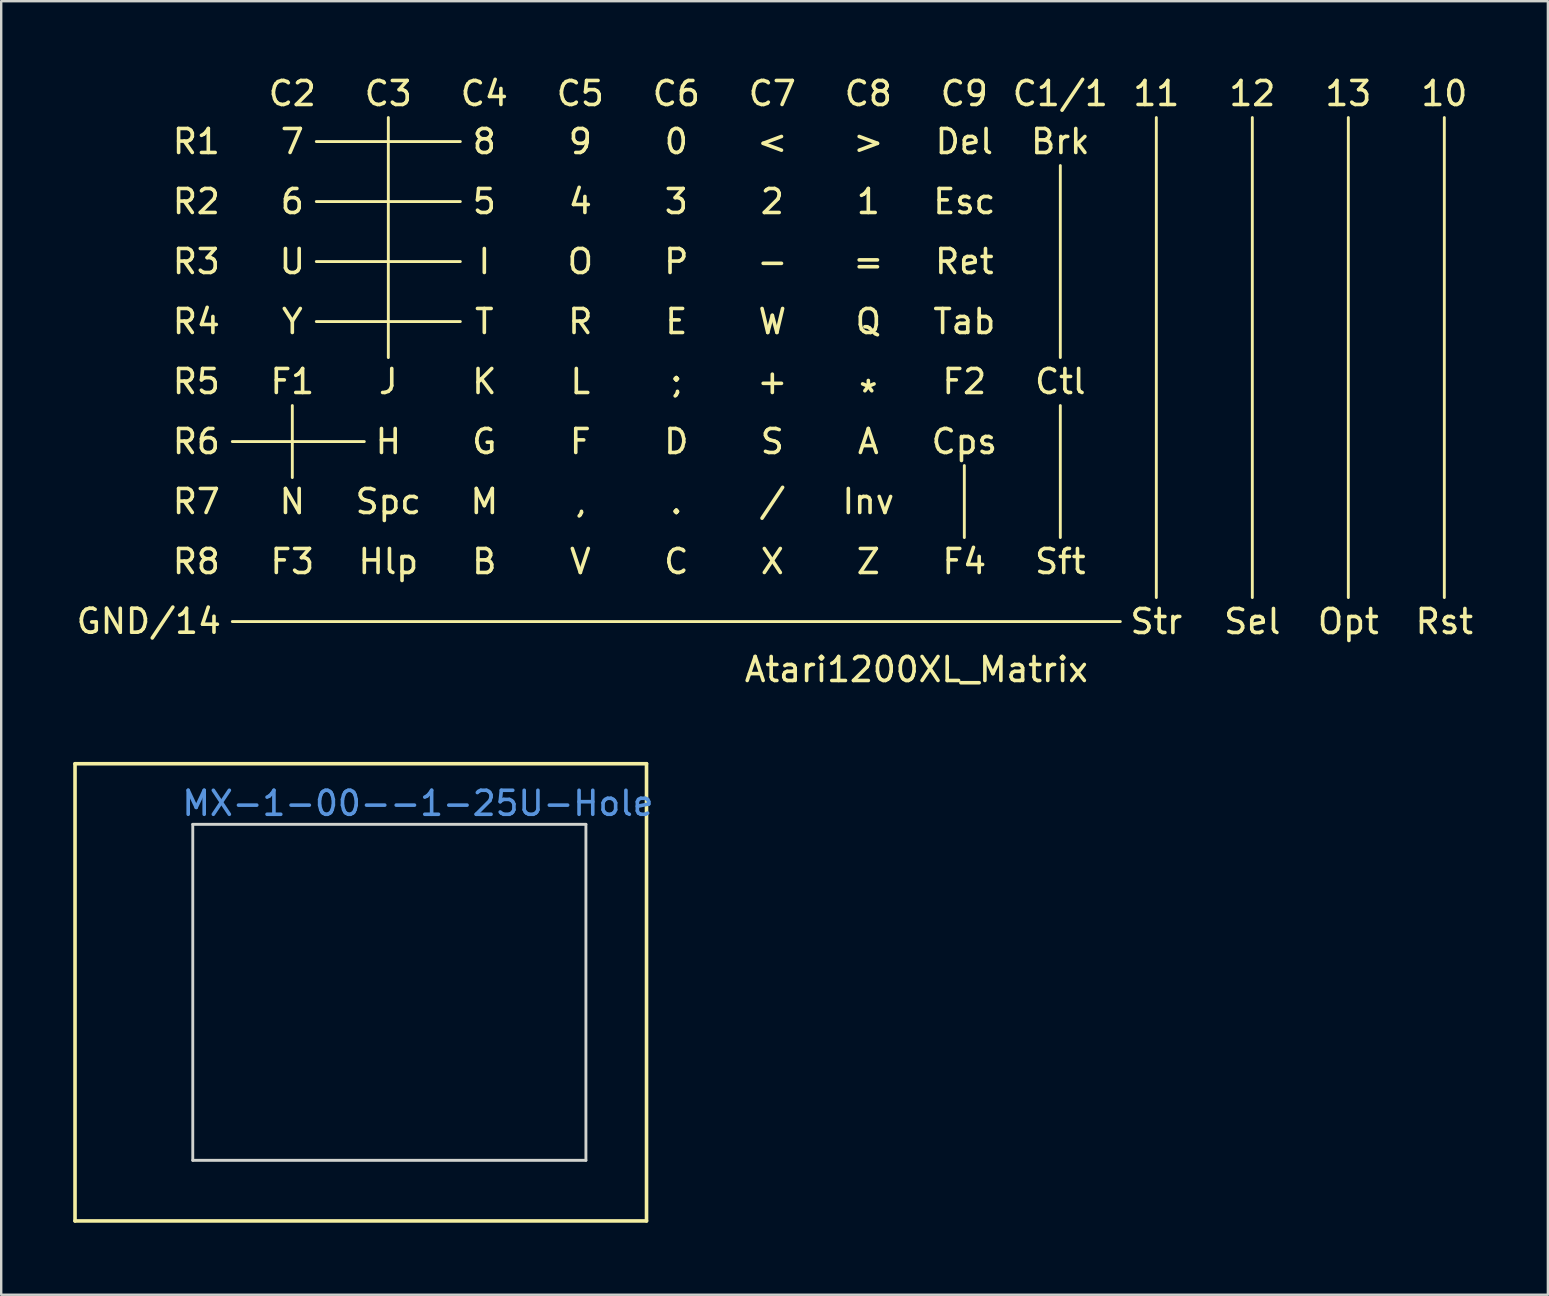
<source format=kicad_pcb>
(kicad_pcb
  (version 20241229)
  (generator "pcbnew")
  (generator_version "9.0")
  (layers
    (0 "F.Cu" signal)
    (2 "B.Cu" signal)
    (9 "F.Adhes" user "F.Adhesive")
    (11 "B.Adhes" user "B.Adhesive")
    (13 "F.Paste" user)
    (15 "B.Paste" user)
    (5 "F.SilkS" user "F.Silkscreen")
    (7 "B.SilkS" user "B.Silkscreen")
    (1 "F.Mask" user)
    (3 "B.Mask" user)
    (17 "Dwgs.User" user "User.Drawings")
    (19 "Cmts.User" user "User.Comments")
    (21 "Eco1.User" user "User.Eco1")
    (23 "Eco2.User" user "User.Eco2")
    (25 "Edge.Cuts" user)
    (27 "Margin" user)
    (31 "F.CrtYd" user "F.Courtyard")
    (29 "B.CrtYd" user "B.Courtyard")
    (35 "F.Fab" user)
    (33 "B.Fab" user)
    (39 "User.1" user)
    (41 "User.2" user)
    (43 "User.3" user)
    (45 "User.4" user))
  (footprint "Atari1200XL_Matrix"
    (layer "F.Cu")
    (at 35.13 11.348)
    (property "Reference" "Atari1200XL_Matrix" (at 0 13.5 0) (layer "F.SilkS") (effects (font (size 1 1) (thickness 0.15))))
    (attr through_hole)
    (fp_line (start -28.5 4) (end -23 4) (stroke (width 0.12) (type solid)) (layer "F.SilkS"))
    (fp_line (start -28.5 11.5) (end 8.5 11.5) (stroke (width 0.12) (type solid)) (layer "F.SilkS"))
    (fp_line (start -26 2.5) (end -26 5.5) (stroke (width 0.12) (type solid)) (layer "F.SilkS"))
    (fp_line (start -25 -8.5) (end -19 -8.5) (stroke (width 0.12) (type solid)) (layer "F.SilkS"))
    (fp_line (start -25 -6) (end -19 -6) (stroke (width 0.12) (type solid)) (layer "F.SilkS"))
    (fp_line (start -25 -3.5) (end -19 -3.5) (stroke (width 0.12) (type solid)) (layer "F.SilkS"))
    (fp_line (start -25 -1) (end -19 -1) (stroke (width 0.12) (type solid)) (layer "F.SilkS"))
    (fp_line (start -22 -9.5) (end -22 0.5) (stroke (width 0.12) (type solid)) (layer "F.SilkS"))
    (fp_line (start 2 5) (end 2 8) (stroke (width 0.12) (type solid)) (layer "F.SilkS"))
    (fp_line (start 6 -7.5) (end 6 0.5) (stroke (width 0.12) (type solid)) (layer "F.SilkS"))
    (fp_line (start 6 2.5) (end 6 8) (stroke (width 0.12) (type solid)) (layer "F.SilkS"))
    (fp_line (start 10 -9.5) (end 10 10.5) (stroke (width 0.12) (type solid)) (layer "F.SilkS"))
    (fp_line (start 14 -9.5) (end 14 10.5) (stroke (width 0.12) (type solid)) (layer "F.SilkS"))
    (fp_line (start 18 -9.5) (end 18 10.5) (stroke (width 0.12) (type solid)) (layer "F.SilkS"))
    (fp_line (start 22 -9.5) (end 22 10.5) (stroke (width 0.12) (type solid)) (layer "F.SilkS"))
    (fp_text user "Sel" (at 14 11.5 0) (layer "F.SilkS") (effects (font (size 1 1) (thickness 0.15))))
    (fp_text user "C8" (at -2 -10.5 0) (layer "F.SilkS") (effects (font (size 1 1) (thickness 0.15))))
    (fp_text user "Tab" (at 2 -1 0) (layer "F.SilkS") (effects (font (size 1 1) (thickness 0.15))))
    (fp_text user "R8" (at -30 9 0) (layer "F.SilkS") (effects (font (size 1 1) (thickness 0.15))))
    (fp_text user "Spc" (at -22 6.5 0) (layer "F.SilkS") (effects (font (size 1 1) (thickness 0.15))))
    (fp_text user "R4" (at -30 -1 0) (layer "F.SilkS") (effects (font (size 1 1) (thickness 0.15))))
    (fp_text user "R" (at -14 -1 0) (layer "F.SilkS") (effects (font (size 1 1) (thickness 0.15))))
    (fp_text user "Str" (at 10 11.5 0) (layer "F.SilkS") (effects (font (size 1 1) (thickness 0.15))))
    (fp_text user "B" (at -18 9 0) (layer "F.SilkS") (effects (font (size 1 1) (thickness 0.15))))
    (fp_text user "C2" (at -26 -10.5 0) (layer "F.SilkS") (effects (font (size 1 1) (thickness 0.15))))
    (fp_text user "V" (at -14 9 0) (layer "F.SilkS") (effects (font (size 1 1) (thickness 0.15))))
    (fp_text user "=" (at -2 -3.5 0) (layer "F.SilkS") (effects (font (size 1 1) (thickness 0.15))))
    (fp_text user "Brk" (at 6 -8.5 0) (layer "F.SilkS") (effects (font (size 1 1) (thickness 0.15))))
    (fp_text user "Ret" (at 2 -3.5 0) (layer "F.SilkS") (effects (font (size 1 1) (thickness 0.15))))
    (fp_text user "+" (at -6 1.5 0) (layer "F.SilkS") (effects (font (size 1 1) (thickness 0.15))))
    (fp_text user "C4" (at -18 -10.5 0) (layer "F.SilkS") (effects (font (size 1 1) (thickness 0.15))))
    (fp_text user "Esc" (at 2 -6 0) (layer "F.SilkS") (effects (font (size 1 1) (thickness 0.15))))
    (fp_text user "Del" (at 2 -8.5 0) (layer "F.SilkS") (effects (font (size 1 1) (thickness 0.15))))
    (fp_text user "2" (at -6 -6 0) (layer "F.SilkS") (effects (font (size 1 1) (thickness 0.15))))
    (fp_text user "H" (at -22 4 0) (layer "F.SilkS") (effects (font (size 1 1) (thickness 0.15))))
    (fp_text user "," (at -14 6.5 0) (layer "F.SilkS") (effects (font (size 1 1) (thickness 0.15))))
    (fp_text user "6" (at -26 -6 0) (layer "F.SilkS") (effects (font (size 1 1) (thickness 0.15))))
    (fp_text user "R2" (at -30 -6 0) (layer "F.SilkS") (effects (font (size 1 1) (thickness 0.15))))
    (fp_text user "<" (at -6 -8.5 0) (layer "F.SilkS") (effects (font (size 1 1) (thickness 0.15))))
    (fp_text user "4" (at -14 -6 0) (layer "F.SilkS") (effects (font (size 1 1) (thickness 0.15))))
    (fp_text user "9" (at -14 -8.5 0) (layer "F.SilkS") (effects (font (size 1 1) (thickness 0.15))))
    (fp_text user "R7" (at -30 6.5 0) (layer "F.SilkS") (effects (font (size 1 1) (thickness 0.15))))
    (fp_text user "0" (at -10 -8.5 0) (layer "F.SilkS") (effects (font (size 1 1) (thickness 0.15))))
    (fp_text user "1" (at -2 -6 0) (layer "F.SilkS") (effects (font (size 1 1) (thickness 0.15))))
    (fp_text user "C7" (at -6 -10.5 0) (layer "F.SilkS") (effects (font (size 1 1) (thickness 0.15))))
    (fp_text user "R3" (at -30 -3.5 0) (layer "F.SilkS") (effects (font (size 1 1) (thickness 0.15))))
    (fp_text user "Opt" (at 18 11.5 0) (layer "F.SilkS") (effects (font (size 1 1) (thickness 0.15))))
    (fp_text user "11" (at 10 -10.5 0) (layer "F.SilkS") (effects (font (size 1 1) (thickness 0.15))))
    (fp_text user "Q" (at -2 -1 0) (layer "F.SilkS") (effects (font (size 1 1) (thickness 0.15))))
    (fp_text user "W" (at -6 -1 0) (layer "F.SilkS") (effects (font (size 1 1) (thickness 0.15))))
    (fp_text user "Ctl" (at 6 1.5 0) (layer "F.SilkS") (effects (font (size 1 1) (thickness 0.15))))
    (fp_text user "L" (at -14 1.5 0) (layer "F.SilkS") (effects (font (size 1 1) (thickness 0.15))))
    (fp_text user "S" (at -6 4 0) (layer "F.SilkS") (effects (font (size 1 1) (thickness 0.15))))
    (fp_text user "13" (at 18 -10.5 0) (layer "F.SilkS") (effects (font (size 1 1) (thickness 0.15))))
    (fp_text user "K" (at -18 1.5 0) (layer "F.SilkS") (effects (font (size 1 1) (thickness 0.15))))
    (fp_text user "C1/1" (at 6 -10.5 0) (layer "F.SilkS") (effects (font (size 1 1) (thickness 0.15))))
    (fp_text user "O" (at -14 -3.5 0) (layer "F.SilkS") (effects (font (size 1 1) (thickness 0.15))))
    (fp_text user "F3" (at -26 9 0) (layer "F.SilkS") (effects (font (size 1 1) (thickness 0.15))))
    (fp_text user "I" (at -18 -3.5 0) (layer "F.SilkS") (effects (font (size 1 1) (thickness 0.15))))
    (fp_text user "C9" (at 2 -10.5 0) (layer "F.SilkS") (effects (font (size 1 1) (thickness 0.15))))
    (fp_text user "C" (at -10 9 0) (layer "F.SilkS") (effects (font (size 1 1) (thickness 0.15))))
    (fp_text user "Z" (at -2 9 0) (layer "F.SilkS") (effects (font (size 1 1) (thickness 0.15))))
    (fp_text user "C6" (at -10 -10.5 0) (layer "F.SilkS") (effects (font (size 1 1) (thickness 0.15))))
    (fp_text user "P" (at -10 -3.5 0) (layer "F.SilkS") (effects (font (size 1 1) (thickness 0.15))))
    (fp_text user "F4" (at 2 9 0) (layer "F.SilkS") (effects (font (size 1 1) (thickness 0.15))))
    (fp_text user "G" (at -18 4 0) (layer "F.SilkS") (effects (font (size 1 1) (thickness 0.15))))
    (fp_text user "-" (at -6 -3.5 0) (layer "F.SilkS") (effects (font (size 1 1) (thickness 0.15))))
    (fp_text user "7" (at -26 -8.5 0) (layer "F.SilkS") (effects (font (size 1 1) (thickness 0.15))))
    (fp_text user "Cps" (at 2 4 0) (layer "F.SilkS") (effects (font (size 1 1) (thickness 0.15))))
    (fp_text user "Hlp" (at -22 9 0) (layer "F.SilkS") (effects (font (size 1 1) (thickness 0.15))))
    (fp_text user "R6" (at -30 4 0) (layer "F.SilkS") (effects (font (size 1 1) (thickness 0.15))))
    (fp_text user "12" (at 14 -10.5 0) (layer "F.SilkS") (effects (font (size 1 1) (thickness 0.15))))
    (fp_text user "Inv" (at -2 6.5 0) (layer "F.SilkS") (effects (font (size 1 1) (thickness 0.15))))
    (fp_text user "R1" (at -30 -8.5 0) (layer "F.SilkS") (effects (font (size 1 1) (thickness 0.15))))
    (fp_text user "T" (at -18 -1 0) (layer "F.SilkS") (effects (font (size 1 1) (thickness 0.15))))
    (fp_text user "5" (at -18 -6 0) (layer "F.SilkS") (effects (font (size 1 1) (thickness 0.15))))
    (fp_text user "X" (at -6 9 0) (layer "F.SilkS") (effects (font (size 1 1) (thickness 0.15))))
    (fp_text user ">" (at -2 -8.5 0) (layer "F.SilkS") (effects (font (size 1 1) (thickness 0.15))))
    (fp_text user "C5" (at -14 -10.5 0) (layer "F.SilkS") (effects (font (size 1 1) (thickness 0.15))))
    (fp_text user "U" (at -26 -3.5 0) (layer "F.SilkS") (effects (font (size 1 1) (thickness 0.15))))
    (fp_text user "E" (at -10 -1 0) (layer "F.SilkS") (effects (font (size 1 1) (thickness 0.15))))
    (fp_text user "F2" (at 2 1.5 0) (layer "F.SilkS") (effects (font (size 1 1) (thickness 0.15))))
    (fp_text user "F" (at -14 4 0) (layer "F.SilkS") (effects (font (size 1 1) (thickness 0.15))))
    (fp_text user "Y" (at -26 -1 0) (layer "F.SilkS") (effects (font (size 1 1) (thickness 0.15))))
    (fp_text user "N" (at -26 6.5 0) (layer "F.SilkS") (effects (font (size 1 1) (thickness 0.15))))
    (fp_text user ";" (at -10 1.5 0) (layer "F.SilkS") (effects (font (size 1 1) (thickness 0.15))))
    (fp_text user "*" (at -2 2 0) (layer "F.SilkS") (effects (font (size 1 1) (thickness 0.15))))
    (fp_text user "R5" (at -30 1.5 0) (layer "F.SilkS") (effects (font (size 1 1) (thickness 0.15))))
    (fp_text user "J" (at -22 1.5 0) (layer "F.SilkS") (effects (font (size 1 1) (thickness 0.15))))
    (fp_text user "10" (at 22 -10.5 0) (layer "F.SilkS") (effects (font (size 1 1) (thickness 0.15))))
    (fp_text user "D" (at -10 4 0) (layer "F.SilkS") (effects (font (size 1 1) (thickness 0.15))))
    (fp_text user "Sft" (at 6 9 0) (layer "F.SilkS") (effects (font (size 1 1) (thickness 0.15))))
    (fp_text user "." (at -10 6.5 0) (layer "F.SilkS") (effects (font (size 1 1) (thickness 0.15))))
    (fp_text user "Rst" (at 22 11.5 0) (layer "F.SilkS") (effects (font (size 1 1) (thickness 0.15))))
    (fp_text user "/" (at -6 6.5 0) (layer "F.SilkS") (effects (font (size 1 1) (thickness 0.15))))
    (fp_text user "3" (at -10 -6 0) (layer "F.SilkS") (effects (font (size 1 1) (thickness 0.15))))
    (fp_text user "M" (at -18 6.5 0) (layer "F.SilkS") (effects (font (size 1 1) (thickness 0.15))))
    (fp_text user "8" (at -18 -8.5 0) (layer "F.SilkS") (effects (font (size 1 1) (thickness 0.15))))
    (fp_text user "C3" (at -22 -10.5 0) (layer "F.SilkS") (effects (font (size 1 1) (thickness 0.15))))
    (fp_text user "A" (at -2 4 0) (layer "F.SilkS") (effects (font (size 1 1) (thickness 0.15))))
    (fp_text user "F1" (at -26 1.5 0) (layer "F.SilkS") (effects (font (size 1 1) (thickness 0.15))))
    (fp_text user "GND/14" (at -28.88 11.49 0) (layer "F.SilkS") (effects (font (size 1 1) (thickness 0.15)) (justify right))))
  (footprint "MX-1-00--1-25U-Hole"
    (layer "F.Cu")
    (at 14.363 38.297)
    (property "Reference" "MX-1-00--1-25U-Hole" (at 0 -7.874 0) (layer "Cmts.User") (effects (font (size 1 1) (thickness 0.15))))
    (attr through_hole)
    (fp_line (start -14.287 -9.525) (end 9.525 -9.525) (stroke (width 0.15) (type solid)) (layer "F.SilkS"))
    (fp_line (start -14.287 9.525) (end -14.287 -9.525) (stroke (width 0.15) (type solid)) (layer "F.SilkS"))
    (fp_line (start 9.525 -9.525) (end 9.525 9.525) (stroke (width 0.15) (type solid)) (layer "F.SilkS"))
    (fp_line (start 9.525 9.525) (end -14.287 9.525) (stroke (width 0.15) (type solid)) (layer "F.SilkS"))
    (fp_line (start -9.381 -7) (end -9.381 7) (stroke (width 0.12) (type solid)) (layer "Edge.Cuts"))
    (fp_line (start -9.381 -7) (end 7 -7) (stroke (width 0.12) (type solid)) (layer "Edge.Cuts"))
    (fp_line (start -9.381 7) (end 7 7) (stroke (width 0.12) (type solid)) (layer "Edge.Cuts"))
    (fp_line (start 7 -7) (end 7 7) (stroke (width 0.12) (type solid)) (layer "Edge.Cuts")))
  (gr_rect
    (start -3 -3)
    (end 61.445 50.897)
    (stroke (width 0.1) (type default))
    (fill no)
    (layer "Edge.Cuts")))
</source>
